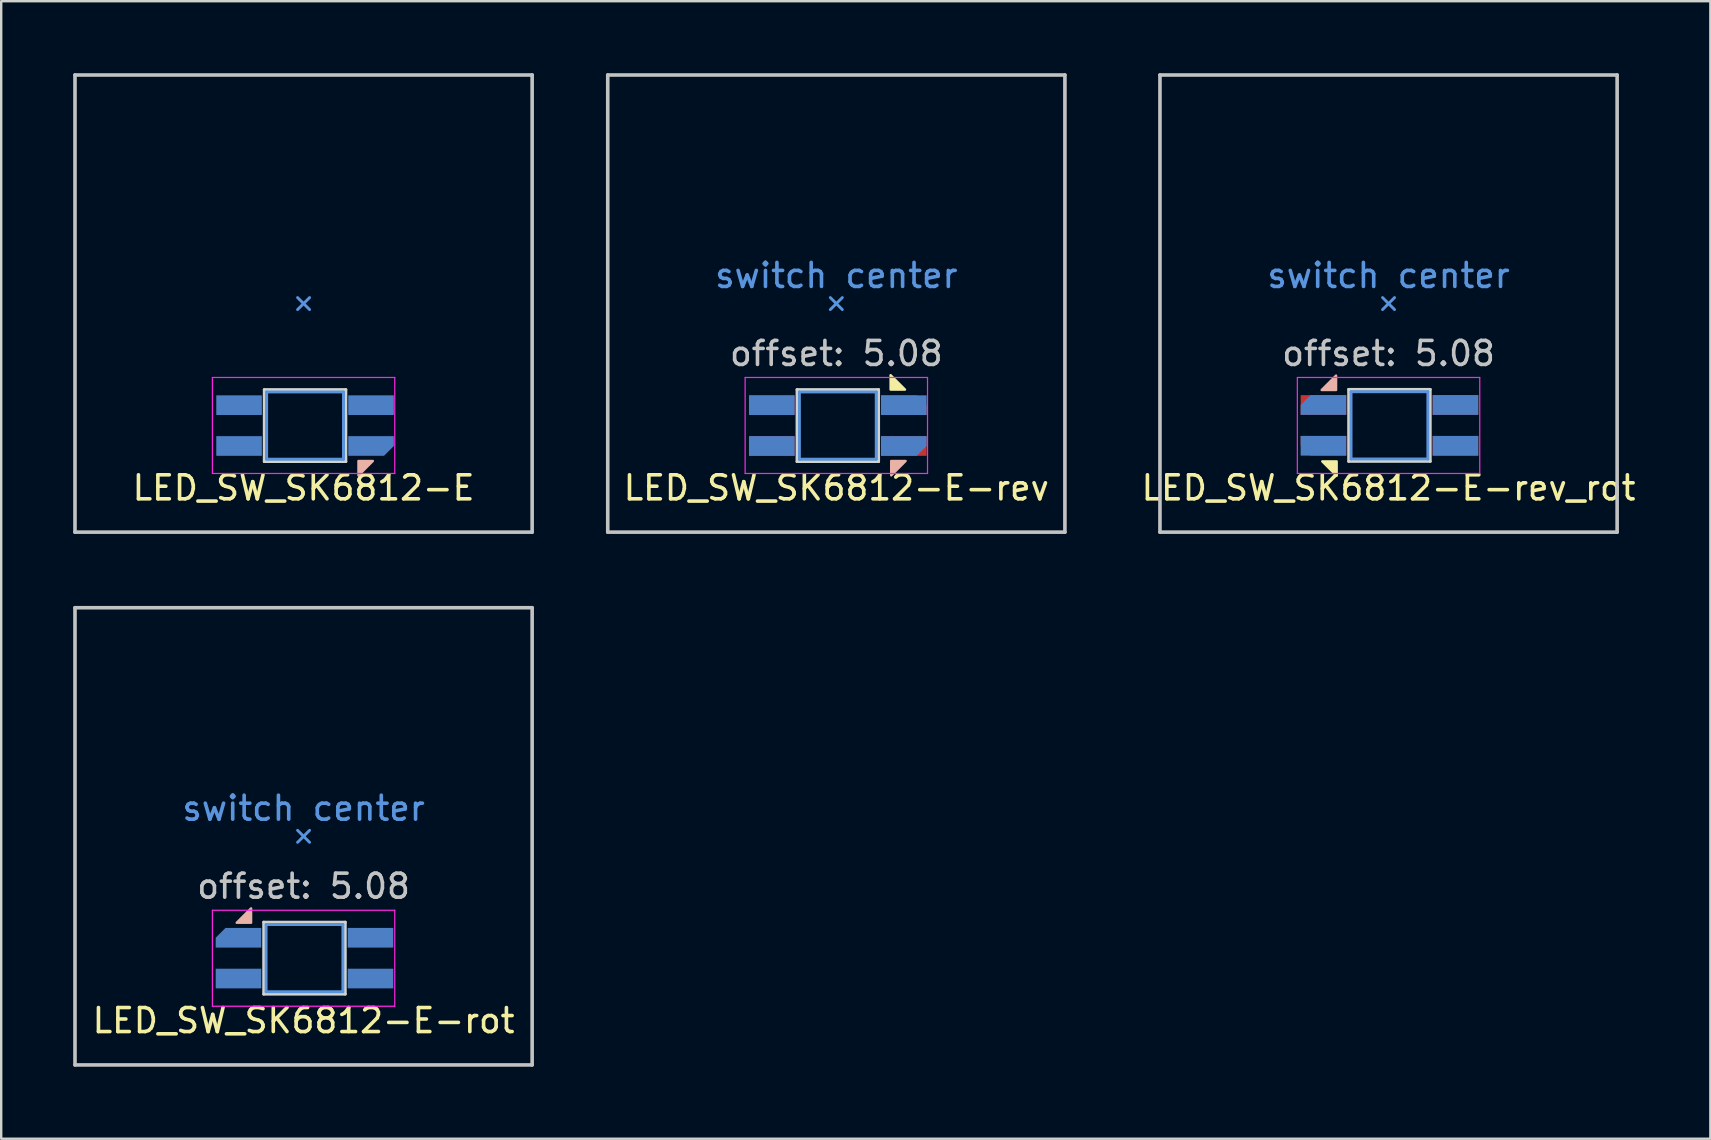
<source format=kicad_pcb>
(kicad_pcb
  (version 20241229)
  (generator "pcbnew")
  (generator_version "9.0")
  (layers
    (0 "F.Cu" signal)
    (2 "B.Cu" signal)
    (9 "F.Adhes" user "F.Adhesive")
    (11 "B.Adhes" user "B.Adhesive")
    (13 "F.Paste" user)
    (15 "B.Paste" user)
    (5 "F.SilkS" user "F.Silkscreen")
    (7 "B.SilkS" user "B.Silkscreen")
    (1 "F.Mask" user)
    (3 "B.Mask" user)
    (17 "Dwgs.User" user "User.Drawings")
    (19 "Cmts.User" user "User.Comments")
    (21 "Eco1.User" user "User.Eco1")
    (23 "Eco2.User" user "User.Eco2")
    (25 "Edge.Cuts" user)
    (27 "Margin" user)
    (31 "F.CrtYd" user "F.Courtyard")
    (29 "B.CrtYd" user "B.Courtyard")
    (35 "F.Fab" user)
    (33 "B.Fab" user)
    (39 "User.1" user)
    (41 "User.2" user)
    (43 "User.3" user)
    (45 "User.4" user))
  (footprint "LED_SW_SK6812-E-rev"
    (layer "F.Cu")
    (at 31.8 14.68)
    (property "Reference" "LED_SW_SK6812-E-rev" (at 0 2.6 0) (layer "F.SilkS") (effects (font (size 1 1) (thickness 0.15))))
    (attr smd)
    (fp_poly (pts (xy 2.862 -1.496) (xy 2.262 -1.496) (xy 2.262 -2.096)) (stroke (width 0.1) (type solid)) (fill yes) (layer "F.SilkS"))
    (fp_poly (pts (xy 2.887 1.479) (xy 2.287 1.479) (xy 2.287 2.079)) (stroke (width 0.1) (type solid)) (fill yes) (layer "B.SilkS"))
    (fp_line (start -9.525 -14.605) (end -9.525 4.445) (stroke (width 0.15) (type solid)) (layer "Dwgs.User"))
    (fp_line (start -9.525 4.445) (end 9.525 4.445) (stroke (width 0.15) (type solid)) (layer "Dwgs.User"))
    (fp_line (start 9.525 -14.605) (end -9.525 -14.605) (stroke (width 0.15) (type solid)) (layer "Dwgs.User"))
    (fp_line (start 9.525 4.445) (end 9.525 -14.605) (stroke (width 0.15) (type solid)) (layer "Dwgs.User"))
    (fp_line (start -1.538 -1.396) (end 1.662 -1.396) (stroke (width 0.12) (type solid)) (layer "Cmts.User"))
    (fp_line (start -1.538 1.404) (end -1.538 -1.396) (stroke (width 0.12) (type solid)) (layer "Cmts.User"))
    (fp_line (start -0.25 -4.83) (end 0 -5.08) (stroke (width 0.12) (type solid)) (layer "Cmts.User"))
    (fp_line (start 0 -5.08) (end -0.25 -5.33) (stroke (width 0.12) (type solid)) (layer "Cmts.User"))
    (fp_line (start 0 -5.08) (end 0.25 -5.33) (stroke (width 0.12) (type solid)) (layer "Cmts.User"))
    (fp_line (start 0.25 -4.83) (end 0 -5.08) (stroke (width 0.12) (type solid)) (layer "Cmts.User"))
    (fp_line (start 1.662 -1.396) (end 1.662 1.404) (stroke (width 0.12) (type solid)) (layer "Cmts.User"))
    (fp_line (start 1.662 1.404) (end -1.538 1.404) (stroke (width 0.12) (type solid)) (layer "Cmts.User"))
    (fp_line (start -1.638 -1.496) (end 1.762 -1.496) (stroke (width 0.12) (type solid)) (layer "Edge.Cuts"))
    (fp_line (start -1.638 1.504) (end -1.638 -1.496) (stroke (width 0.12) (type solid)) (layer "Edge.Cuts"))
    (fp_line (start 1.762 -1.496) (end 1.762 1.504) (stroke (width 0.12) (type solid)) (layer "Edge.Cuts"))
    (fp_line (start 1.762 1.504) (end -1.638 1.504) (stroke (width 0.12) (type solid)) (layer "Edge.Cuts"))
    (fp_line (start -3.8 -2) (end 3.8 -2) (stroke (width 0.05) (type solid)) (layer "F.CrtYd"))
    (fp_line (start -3.8 2) (end -3.8 -2) (stroke (width 0.05) (type solid)) (layer "F.CrtYd"))
    (fp_line (start 3.8 -2) (end 3.8 2) (stroke (width 0.05) (type solid)) (layer "F.CrtYd"))
    (fp_line (start 3.8 2) (end -3.8 2) (stroke (width 0.05) (type solid)) (layer "F.CrtYd"))
    (fp_text user "offset: 5.08" (at 0 -3 0) (layer "Dwgs.User") (effects (font (size 1 1) (thickness 0.15))))
    (fp_text user "switch center" (at 0 -6.25 0) (layer "Cmts.User") (effects (font (size 1 1) (thickness 0.15))))
    (pad "1" smd rect (at -2.688 -0.846) (size 1.9 0.82) (layers "B.Cu" "B.Mask" "B.Paste"))
    (pad "1" smd rect (at -2.688 0.854) (size 1.9 0.82) (layers "F.Cu" "F.Mask" "F.Paste"))
    (pad "2" smd rect (at -2.688 -0.846) (size 1.9 0.82) (layers "F.Cu" "F.Mask" "F.Paste"))
    (pad "2" smd rect (at -2.688 0.854) (size 1.9 0.82) (layers "B.Cu" "B.Mask" "B.Paste"))
    (pad "3" smd roundrect (at 2.812 -0.846) (size 1.9 0.82) (layers "F.Cu" "F.Mask" "F.Paste") (roundrect_rratio 0) (chamfer_ratio 0.5) (chamfer top_right))
    (pad "3" smd roundrect (at 2.812 0.854) (size 1.9 0.82) (layers "B.Cu" "B.Mask" "B.Paste") (roundrect_rratio 0) (chamfer_ratio 0.5) (chamfer bottom_right))
    (pad "4" smd rect (at 2.812 -0.846) (size 1.9 0.82) (layers "B.Cu" "B.Mask" "B.Paste"))
    (pad "4" smd rect (at 2.812 0.854) (size 1.9 0.82) (layers "F.Cu" "F.Mask" "F.Paste")))
  (footprint "LED_SW_SK6812-E-rot"
    (layer "F.Cu")
    (at 9.6 36.88)
    (property "Reference" "LED_SW_SK6812-E-rot" (at 0 2.6 0) (layer "F.SilkS") (effects (font (size 1 1) (thickness 0.15))))
    (attr smd)
    (fp_poly (pts (xy -2.787 -1.479) (xy -2.187 -1.479) (xy -2.187 -2.079)) (stroke (width 0.1) (type solid)) (fill yes) (layer "B.SilkS"))
    (fp_line (start -9.525 -14.605) (end -9.525 4.445) (stroke (width 0.15) (type solid)) (layer "Dwgs.User"))
    (fp_line (start -9.525 4.445) (end 9.525 4.445) (stroke (width 0.15) (type solid)) (layer "Dwgs.User"))
    (fp_line (start 9.525 -14.605) (end -9.525 -14.605) (stroke (width 0.15) (type solid)) (layer "Dwgs.User"))
    (fp_line (start 9.525 4.445) (end 9.525 -14.605) (stroke (width 0.15) (type solid)) (layer "Dwgs.User"))
    (fp_line (start -1.562 -1.404) (end 1.638 -1.404) (stroke (width 0.12) (type solid)) (layer "Cmts.User"))
    (fp_line (start -1.562 1.396) (end -1.562 -1.404) (stroke (width 0.12) (type solid)) (layer "Cmts.User"))
    (fp_line (start -0.25 -4.83) (end 0 -5.08) (stroke (width 0.12) (type solid)) (layer "Cmts.User"))
    (fp_line (start 0 -5.08) (end -0.25 -5.33) (stroke (width 0.12) (type solid)) (layer "Cmts.User"))
    (fp_line (start 0 -5.08) (end 0.25 -5.33) (stroke (width 0.12) (type solid)) (layer "Cmts.User"))
    (fp_line (start 0.25 -4.83) (end 0 -5.08) (stroke (width 0.12) (type solid)) (layer "Cmts.User"))
    (fp_line (start 1.638 -1.404) (end 1.638 1.396) (stroke (width 0.12) (type solid)) (layer "Cmts.User"))
    (fp_line (start 1.638 1.396) (end -1.562 1.396) (stroke (width 0.12) (type solid)) (layer "Cmts.User"))
    (fp_line (start -1.662 -1.504) (end 1.738 -1.504) (stroke (width 0.12) (type solid)) (layer "Edge.Cuts"))
    (fp_line (start -1.662 1.496) (end -1.662 -1.504) (stroke (width 0.12) (type solid)) (layer "Edge.Cuts"))
    (fp_line (start 1.738 -1.504) (end 1.738 1.496) (stroke (width 0.12) (type solid)) (layer "Edge.Cuts"))
    (fp_line (start 1.738 1.496) (end -1.662 1.496) (stroke (width 0.12) (type solid)) (layer "Edge.Cuts"))
    (fp_line (start -3.8 -2) (end 3.8 -2) (stroke (width 0.05) (type solid)) (layer "F.CrtYd"))
    (fp_line (start -3.8 2) (end -3.8 -2) (stroke (width 0.05) (type solid)) (layer "F.CrtYd"))
    (fp_line (start 3.8 -2) (end 3.8 2) (stroke (width 0.05) (type solid)) (layer "F.CrtYd"))
    (fp_line (start 3.8 2) (end -3.8 2) (stroke (width 0.05) (type solid)) (layer "F.CrtYd"))
    (fp_text user "offset: 5.08" (at 0 -3 0) (layer "Dwgs.User") (effects (font (size 1 1) (thickness 0.15))))
    (fp_text user "switch center" (at 0 -6.25 0) (layer "Cmts.User") (effects (font (size 1 1) (thickness 0.15))))
    (pad "1" smd rect (at 2.788 0.846 180) (size 1.9 0.82) (layers "B.Cu" "B.Mask" "B.Paste"))
    (pad "2" smd rect (at 2.788 -0.854 180) (size 1.9 0.82) (layers "B.Cu" "B.Mask" "B.Paste"))
    (pad "3" smd roundrect (at -2.712 -0.854 180) (size 1.9 0.82) (layers "B.Cu" "B.Mask" "B.Paste") (roundrect_rratio 0) (chamfer_ratio 0.5) (chamfer bottom_right))
    (pad "4" smd rect (at -2.712 0.846 180) (size 1.9 0.82) (layers "B.Cu" "B.Mask" "B.Paste")))
  (footprint "LED_SW_SK6812-E"
    (layer "F.Cu")
    (at 9.6 14.68)
    (property "Reference" "LED_SW_SK6812-E" (at 0 2.6 0) (layer "F.SilkS") (effects (font (size 1 1) (thickness 0.15))))
    (attr smd)
    (fp_poly (pts (xy 2.887 1.479) (xy 2.287 1.479) (xy 2.287 2.079)) (stroke (width 0.1) (type solid)) (fill yes) (layer "B.SilkS"))
    (fp_line (start -9.525 -14.605) (end -9.525 4.445) (stroke (width 0.15) (type solid)) (layer "Dwgs.User"))
    (fp_line (start -9.525 4.445) (end 9.525 4.445) (stroke (width 0.15) (type solid)) (layer "Dwgs.User"))
    (fp_line (start 9.525 -14.605) (end -9.525 -14.605) (stroke (width 0.15) (type solid)) (layer "Dwgs.User"))
    (fp_line (start 9.525 4.445) (end 9.525 -14.605) (stroke (width 0.15) (type solid)) (layer "Dwgs.User"))
    (fp_line (start -1.538 -1.396) (end 1.662 -1.396) (stroke (width 0.12) (type solid)) (layer "Cmts.User"))
    (fp_line (start -1.538 1.404) (end -1.538 -1.396) (stroke (width 0.12) (type solid)) (layer "Cmts.User"))
    (fp_line (start -0.25 -4.83) (end 0 -5.08) (stroke (width 0.12) (type solid)) (layer "Cmts.User"))
    (fp_line (start 0 -5.08) (end -0.25 -5.33) (stroke (width 0.12) (type solid)) (layer "Cmts.User"))
    (fp_line (start 0 -5.08) (end 0.25 -5.33) (stroke (width 0.12) (type solid)) (layer "Cmts.User"))
    (fp_line (start 0.25 -4.83) (end 0 -5.08) (stroke (width 0.12) (type solid)) (layer "Cmts.User"))
    (fp_line (start 1.662 -1.396) (end 1.662 1.404) (stroke (width 0.12) (type solid)) (layer "Cmts.User"))
    (fp_line (start 1.662 1.404) (end -1.538 1.404) (stroke (width 0.12) (type solid)) (layer "Cmts.User"))
    (fp_line (start -1.638 -1.496) (end 1.762 -1.496) (stroke (width 0.12) (type solid)) (layer "Edge.Cuts"))
    (fp_line (start -1.638 1.504) (end -1.638 -1.496) (stroke (width 0.12) (type solid)) (layer "Edge.Cuts"))
    (fp_line (start 1.762 -1.496) (end 1.762 1.504) (stroke (width 0.12) (type solid)) (layer "Edge.Cuts"))
    (fp_line (start 1.762 1.504) (end -1.638 1.504) (stroke (width 0.12) (type solid)) (layer "Edge.Cuts"))
    (fp_line (start -3.8 -2) (end 3.8 -2) (stroke (width 0.05) (type solid)) (layer "F.CrtYd"))
    (fp_line (start -3.8 2) (end -3.8 -2) (stroke (width 0.05) (type solid)) (layer "F.CrtYd"))
    (fp_line (start 3.8 -2) (end 3.8 2) (stroke (width 0.05) (type solid)) (layer "F.CrtYd"))
    (fp_line (start 3.8 2) (end -3.8 2) (stroke (width 0.05) (type solid)) (layer "F.CrtYd"))
    (pad "1" smd rect (at -2.688 -0.846) (size 1.9 0.82) (layers "B.Cu" "B.Mask" "B.Paste"))
    (pad "2" smd rect (at -2.688 0.854) (size 1.9 0.82) (layers "B.Cu" "B.Mask" "B.Paste"))
    (pad "3" smd roundrect (at 2.812 0.854) (size 1.9 0.82) (layers "B.Cu" "B.Mask" "B.Paste") (roundrect_rratio 0) (chamfer_ratio 0.5) (chamfer bottom_right))
    (pad "4" smd rect (at 2.812 -0.846) (size 1.9 0.82) (layers "B.Cu" "B.Mask" "B.Paste")))
  (footprint "LED_SW_SK6812-E-rev_rot"
    (layer "F.Cu")
    (at 54.811 14.68)
    (property "Reference" "LED_SW_SK6812-E-rev_rot" (at 0 2.6 0) (layer "F.SilkS") (effects (font (size 1 1) (thickness 0.15))))
    (attr smd)
    (fp_poly (pts (xy -2.762 1.496) (xy -2.162 1.496) (xy -2.162 2.096)) (stroke (width 0.1) (type solid)) (fill yes) (layer "F.SilkS"))
    (fp_poly (pts (xy -2.787 -1.479) (xy -2.187 -1.479) (xy -2.187 -2.079)) (stroke (width 0.1) (type solid)) (fill yes) (layer "B.SilkS"))
    (fp_line (start -9.525 -14.605) (end -9.525 4.445) (stroke (width 0.15) (type solid)) (layer "Dwgs.User"))
    (fp_line (start -9.525 4.445) (end 9.525 4.445) (stroke (width 0.15) (type solid)) (layer "Dwgs.User"))
    (fp_line (start 9.525 -14.605) (end -9.525 -14.605) (stroke (width 0.15) (type solid)) (layer "Dwgs.User"))
    (fp_line (start 9.525 4.445) (end 9.525 -14.605) (stroke (width 0.15) (type solid)) (layer "Dwgs.User"))
    (fp_line (start -1.562 -1.404) (end 1.638 -1.404) (stroke (width 0.12) (type solid)) (layer "Cmts.User"))
    (fp_line (start -1.562 1.396) (end -1.562 -1.404) (stroke (width 0.12) (type solid)) (layer "Cmts.User"))
    (fp_line (start -0.25 -4.83) (end 0 -5.08) (stroke (width 0.12) (type solid)) (layer "Cmts.User"))
    (fp_line (start 0 -5.08) (end -0.25 -5.33) (stroke (width 0.12) (type solid)) (layer "Cmts.User"))
    (fp_line (start 0 -5.08) (end 0.25 -5.33) (stroke (width 0.12) (type solid)) (layer "Cmts.User"))
    (fp_line (start 0.25 -4.83) (end 0 -5.08) (stroke (width 0.12) (type solid)) (layer "Cmts.User"))
    (fp_line (start 1.638 -1.404) (end 1.638 1.396) (stroke (width 0.12) (type solid)) (layer "Cmts.User"))
    (fp_line (start 1.638 1.396) (end -1.562 1.396) (stroke (width 0.12) (type solid)) (layer "Cmts.User"))
    (fp_line (start -1.662 -1.504) (end 1.738 -1.504) (stroke (width 0.12) (type solid)) (layer "Edge.Cuts"))
    (fp_line (start -1.662 1.496) (end -1.662 -1.504) (stroke (width 0.12) (type solid)) (layer "Edge.Cuts"))
    (fp_line (start 1.738 -1.504) (end 1.738 1.496) (stroke (width 0.12) (type solid)) (layer "Edge.Cuts"))
    (fp_line (start 1.738 1.496) (end -1.662 1.496) (stroke (width 0.12) (type solid)) (layer "Edge.Cuts"))
    (fp_line (start -3.8 -2) (end 3.8 -2) (stroke (width 0.05) (type solid)) (layer "F.CrtYd"))
    (fp_line (start -3.8 2) (end -3.8 -2) (stroke (width 0.05) (type solid)) (layer "F.CrtYd"))
    (fp_line (start 3.8 -2) (end 3.8 2) (stroke (width 0.05) (type solid)) (layer "F.CrtYd"))
    (fp_line (start 3.8 2) (end -3.8 2) (stroke (width 0.05) (type solid)) (layer "F.CrtYd"))
    (fp_text user "offset: 5.08" (at 0 -3 0) (layer "Dwgs.User") (effects (font (size 1 1) (thickness 0.15))))
    (fp_text user "switch center" (at 0 -6.25 0) (layer "Cmts.User") (effects (font (size 1 1) (thickness 0.15))))
    (pad "1" smd rect (at 2.788 -0.854 180) (size 1.9 0.82) (layers "F.Cu" "F.Mask" "F.Paste"))
    (pad "1" smd rect (at 2.788 0.846 180) (size 1.9 0.82) (layers "B.Cu" "B.Mask" "B.Paste"))
    (pad "2" smd rect (at 2.788 -0.854 180) (size 1.9 0.82) (layers "B.Cu" "B.Mask" "B.Paste"))
    (pad "2" smd rect (at 2.788 0.846 180) (size 1.9 0.82) (layers "F.Cu" "F.Mask" "F.Paste"))
    (pad "3" smd roundrect (at -2.712 -0.854 180) (size 1.9 0.82) (layers "B.Cu" "B.Mask" "B.Paste") (roundrect_rratio 0) (chamfer_ratio 0.5) (chamfer bottom_right))
    (pad "3" smd roundrect (at -2.712 0.846 180) (size 1.9 0.82) (layers "F.Cu" "F.Mask" "F.Paste") (roundrect_rratio 0) (chamfer_ratio 0.5) (chamfer top_right))
    (pad "4" smd rect (at -2.712 -0.854 180) (size 1.9 0.82) (layers "F.Cu" "F.Mask" "F.Paste"))
    (pad "4" smd rect (at -2.712 0.846 180) (size 1.9 0.82) (layers "B.Cu" "B.Mask" "B.Paste")))
  (gr_rect
    (start -3 -3)
    (end 68.221 44.4)
    (stroke (width 0.1) (type default))
    (fill no)
    (layer "Edge.Cuts")))
</source>
